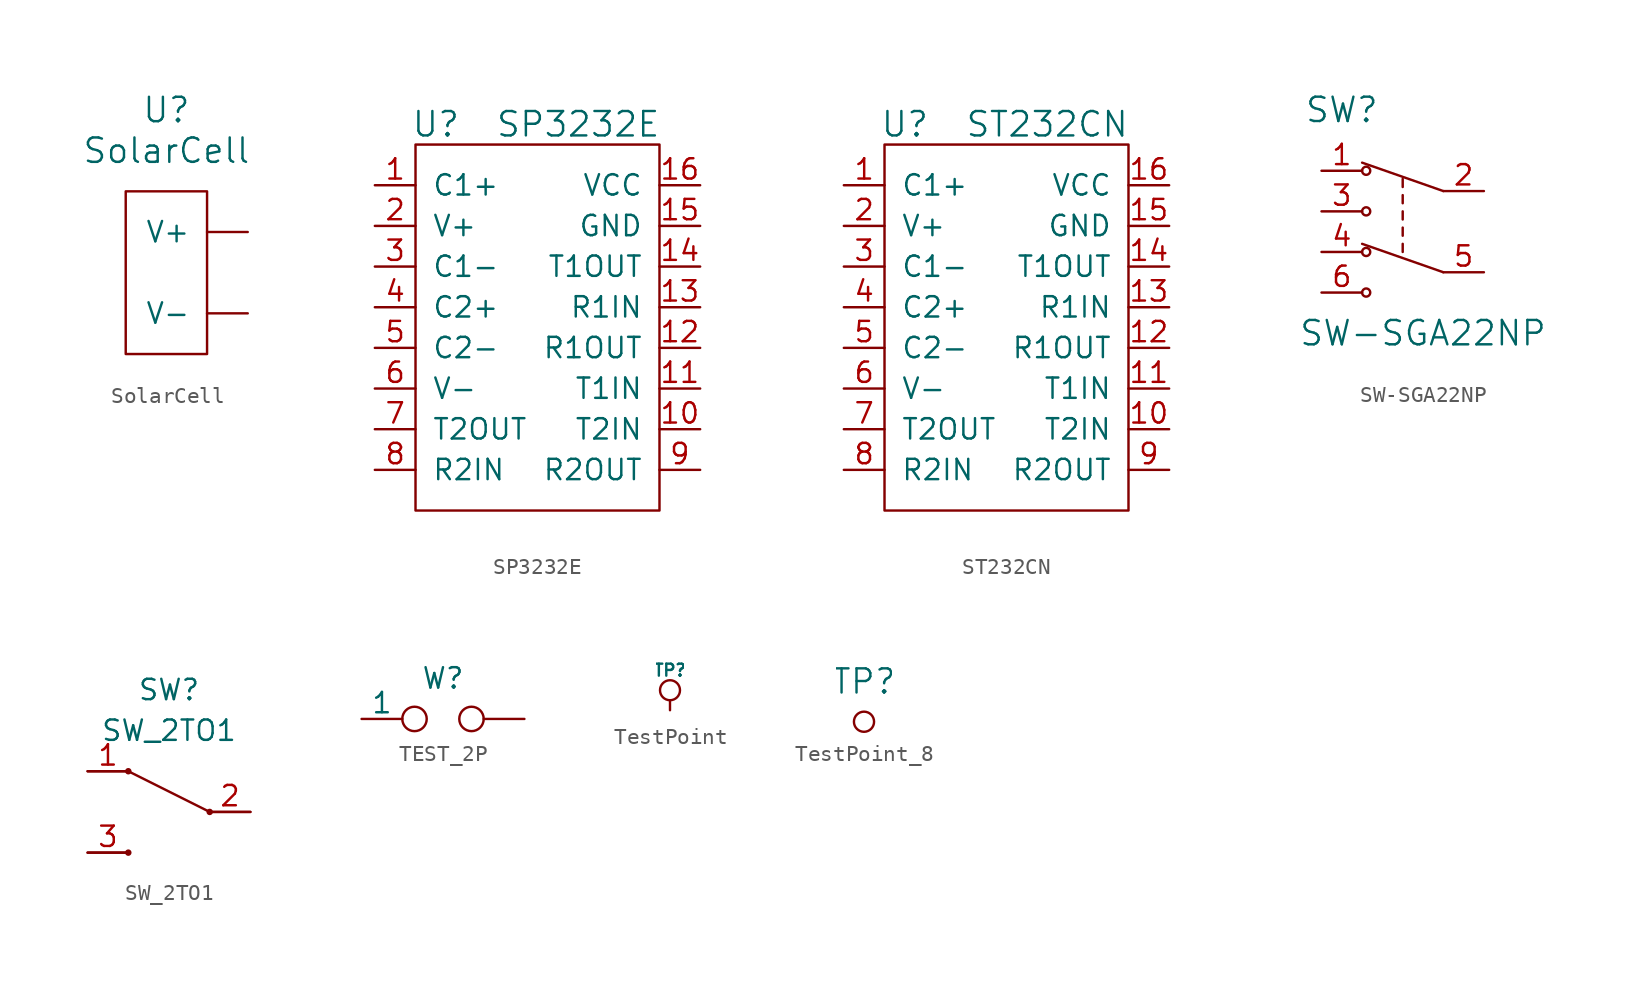
<source format=kicad_sym>
(kicad_symbol_lib
  (version 20211014)
  (generator kicad_symbol_editor)
  (symbol "SolarCell"
    (pin_names
      (offset 1.016))
    (property "Reference" "U"
      (at 0 10.16 0)
      (effects (font (size 1.524 1.524))))
    (property "Value" "SolarCell"
      (at 0 7.62 0)
      (effects (font (size 1.524 1.524))))
    (symbol "SolarCell_0_1"
      (rectangle (start 2.54 5.08) (end -2.54 -5.08) (stroke (width 0) (type default) (color 0 0 0 0)) (fill (type none))))
    (symbol "SolarCell_1_1"
      (pin power_out line (at 5.08 2.54 180) (length 2.54) (name "V+" (effects (font (size 1.27 1.27)))) (number "~" (effects (font (size 1.27 1.27)))))
      (pin power_out line (at 5.08 -2.54 180) (length 2.54) (name "V-" (effects (font (size 1.27 1.27)))) (number "~" (effects (font (size 1.27 1.27)))))))
  (symbol "SP3232E"
    (pin_names
      (offset 1.016))
    (property "Reference" "U"
      (at -6.35 12.7 0)
      (effects (font (size 1.524 1.524))))
    (property "Value" "SP3232E"
      (at 2.54 12.7 0)
      (effects (font (size 1.524 1.524))))
    (property "Footprint" ""
      (at 0 0 0)
      (effects (font (size 1.524 1.524))))
    (property "Datasheet" ""
      (at 0 0 0)
      (effects (font (size 1.524 1.524))))
    (symbol "SP3232E_0_0"
      (rectangle (start -7.62 11.43) (end 7.62 -11.43) (stroke (width 0) (type default) (color 0 0 0 0)) (fill (type none))))
    (symbol "SP3232E_1_1"
      (pin passive line (at -10.16 8.89 0) (length 2.54) (name "C1+" (effects (font (size 1.27 1.27)))) (number "1" (effects (font (size 1.27 1.27)))))
      (pin input line (at 10.16 -6.35 180) (length 2.54) (name "T2IN" (effects (font (size 1.27 1.27)))) (number "10" (effects (font (size 1.27 1.27)))))
      (pin input line (at 10.16 -3.81 180) (length 2.54) (name "T1IN" (effects (font (size 1.27 1.27)))) (number "11" (effects (font (size 1.27 1.27)))))
      (pin output line (at 10.16 -1.27 180) (length 2.54) (name "R1OUT" (effects (font (size 1.27 1.27)))) (number "12" (effects (font (size 1.27 1.27)))))
      (pin input line (at 10.16 1.27 180) (length 2.54) (name "R1IN" (effects (font (size 1.27 1.27)))) (number "13" (effects (font (size 1.27 1.27)))))
      (pin output line (at 10.16 3.81 180) (length 2.54) (name "T1OUT" (effects (font (size 1.27 1.27)))) (number "14" (effects (font (size 1.27 1.27)))))
      (pin passive line (at 10.16 6.35 180) (length 2.54) (name "GND" (effects (font (size 1.27 1.27)))) (number "15" (effects (font (size 1.27 1.27)))))
      (pin power_in line (at 10.16 8.89 180) (length 2.54) (name "VCC" (effects (font (size 1.27 1.27)))) (number "16" (effects (font (size 1.27 1.27)))))
      (pin passive line (at -10.16 6.35 0) (length 2.54) (name "V+" (effects (font (size 1.27 1.27)))) (number "2" (effects (font (size 1.27 1.27)))))
      (pin passive line (at -10.16 3.81 0) (length 2.54) (name "C1-" (effects (font (size 1.27 1.27)))) (number "3" (effects (font (size 1.27 1.27)))))
      (pin passive line (at -10.16 1.27 0) (length 2.54) (name "C2+" (effects (font (size 1.27 1.27)))) (number "4" (effects (font (size 1.27 1.27)))))
      (pin passive line (at -10.16 -1.27 0) (length 2.54) (name "C2-" (effects (font (size 1.27 1.27)))) (number "5" (effects (font (size 1.27 1.27)))))
      (pin passive line (at -10.16 -3.81 0) (length 2.54) (name "V-" (effects (font (size 1.27 1.27)))) (number "6" (effects (font (size 1.27 1.27)))))
      (pin output line (at -10.16 -6.35 0) (length 2.54) (name "T2OUT" (effects (font (size 1.27 1.27)))) (number "7" (effects (font (size 1.27 1.27)))))
      (pin input line (at -10.16 -8.89 0) (length 2.54) (name "R2IN" (effects (font (size 1.27 1.27)))) (number "8" (effects (font (size 1.27 1.27)))))
      (pin output line (at 10.16 -8.89 180) (length 2.54) (name "R2OUT" (effects (font (size 1.27 1.27)))) (number "9" (effects (font (size 1.27 1.27)))))))
  (symbol "ST232CN"
    (pin_names
      (offset 1.016))
    (property "Reference" "U"
      (at -6.35 12.7 0)
      (effects (font (size 1.524 1.524))))
    (property "Value" "ST232CN"
      (at 2.54 12.7 0)
      (effects (font (size 1.524 1.524))))
    (property "Footprint" ""
      (at 0 0 0)
      (effects (font (size 1.524 1.524))))
    (property "Datasheet" ""
      (at 0 0 0)
      (effects (font (size 1.524 1.524))))
    (symbol "ST232CN_0_0"
      (rectangle (start -7.62 11.43) (end 7.62 -11.43) (stroke (width 0) (type default) (color 0 0 0 0)) (fill (type none))))
    (symbol "ST232CN_1_1"
      (pin passive line (at -10.16 8.89 0) (length 2.54) (name "C1+" (effects (font (size 1.27 1.27)))) (number "1" (effects (font (size 1.27 1.27)))))
      (pin input line (at 10.16 -6.35 180) (length 2.54) (name "T2IN" (effects (font (size 1.27 1.27)))) (number "10" (effects (font (size 1.27 1.27)))))
      (pin input line (at 10.16 -3.81 180) (length 2.54) (name "T1IN" (effects (font (size 1.27 1.27)))) (number "11" (effects (font (size 1.27 1.27)))))
      (pin output line (at 10.16 -1.27 180) (length 2.54) (name "R1OUT" (effects (font (size 1.27 1.27)))) (number "12" (effects (font (size 1.27 1.27)))))
      (pin input line (at 10.16 1.27 180) (length 2.54) (name "R1IN" (effects (font (size 1.27 1.27)))) (number "13" (effects (font (size 1.27 1.27)))))
      (pin output line (at 10.16 3.81 180) (length 2.54) (name "T1OUT" (effects (font (size 1.27 1.27)))) (number "14" (effects (font (size 1.27 1.27)))))
      (pin passive line (at 10.16 6.35 180) (length 2.54) (name "GND" (effects (font (size 1.27 1.27)))) (number "15" (effects (font (size 1.27 1.27)))))
      (pin power_in line (at 10.16 8.89 180) (length 2.54) (name "VCC" (effects (font (size 1.27 1.27)))) (number "16" (effects (font (size 1.27 1.27)))))
      (pin passive line (at -10.16 6.35 0) (length 2.54) (name "V+" (effects (font (size 1.27 1.27)))) (number "2" (effects (font (size 1.27 1.27)))))
      (pin passive line (at -10.16 3.81 0) (length 2.54) (name "C1-" (effects (font (size 1.27 1.27)))) (number "3" (effects (font (size 1.27 1.27)))))
      (pin passive line (at -10.16 1.27 0) (length 2.54) (name "C2+" (effects (font (size 1.27 1.27)))) (number "4" (effects (font (size 1.27 1.27)))))
      (pin passive line (at -10.16 -1.27 0) (length 2.54) (name "C2-" (effects (font (size 1.27 1.27)))) (number "5" (effects (font (size 1.27 1.27)))))
      (pin passive line (at -10.16 -3.81 0) (length 2.54) (name "V-" (effects (font (size 1.27 1.27)))) (number "6" (effects (font (size 1.27 1.27)))))
      (pin output line (at -10.16 -6.35 0) (length 2.54) (name "T2OUT" (effects (font (size 1.27 1.27)))) (number "7" (effects (font (size 1.27 1.27)))))
      (pin input line (at -10.16 -8.89 0) (length 2.54) (name "R2IN" (effects (font (size 1.27 1.27)))) (number "8" (effects (font (size 1.27 1.27)))))
      (pin output line (at 10.16 -8.89 180) (length 2.54) (name "R2OUT" (effects (font (size 1.27 1.27)))) (number "9" (effects (font (size 1.27 1.27)))))))
  (symbol "SW-SGA22NP"
    (pin_names
      (offset 1.016) hide)
    (property "Reference" "SW"
      (at -3.81 7.62 0)
      (effects (font (size 1.524 1.524))))
    (property "Value" "SW-SGA22NP"
      (at 1.27 -6.35 0)
      (effects (font (size 1.524 1.524))))
    (property "Footprint" ""
      (at 0 0 0)
      (effects (font (size 1.524 1.524))))
    (property "Datasheet" ""
      (at 0 0 0)
      (effects (font (size 1.524 1.524))))
    (symbol "SW-SGA22NP_0_0"
      (circle (center -2.286 -3.81) (radius 0.254) (stroke (width 0) (type default) (color 0 0 0 0)) (fill (type none)))
      (circle (center -2.286 -1.27) (radius 0.254) (stroke (width 0) (type default) (color 0 0 0 0)) (fill (type none)))
      (circle (center -2.286 1.27) (radius 0.254) (stroke (width 0) (type default) (color 0 0 0 0)) (fill (type none)))
      (circle (center -2.286 3.81) (radius 0.254) (stroke (width 0) (type default) (color 0 0 0 0)) (fill (type none)))
      (polyline (pts (xy 0 -0.762) (xy 0 -1.27)) (stroke (width 0) (type default) (color 0 0 0 0)) (fill (type none)))
      (polyline (pts (xy 0 0.254) (xy 0 -0.254)) (stroke (width 0) (type default) (color 0 0 0 0)) (fill (type none)))
      (polyline (pts (xy 0 1.27) (xy 0 0.762)) (stroke (width 0) (type default) (color 0 0 0 0)) (fill (type none)))
      (polyline (pts (xy 0 2.286) (xy 0 1.778)) (stroke (width 0) (type default) (color 0 0 0 0)) (fill (type none)))
      (polyline (pts (xy 0 3.302) (xy 0 2.794)) (stroke (width 0) (type default) (color 0 0 0 0)) (fill (type none)))
      (polyline (pts (xy 2.54 -2.54) (xy -2.54 -0.762)) (stroke (width 0) (type default) (color 0 0 0 0)) (fill (type none)))
      (polyline (pts (xy 2.54 2.54) (xy -2.54 4.318)) (stroke (width 0) (type default) (color 0 0 0 0)) (fill (type none))))
    (symbol "SW-SGA22NP_1_1"
      (pin passive line (at -5.08 3.81 0) (length 2.54) (name "1" (effects (font (size 1.27 1.27)))) (number "1" (effects (font (size 1.27 1.27)))))
      (pin passive line (at 5.08 2.54 180) (length 2.54) (name "2" (effects (font (size 1.27 1.27)))) (number "2" (effects (font (size 1.27 1.27)))))
      (pin passive line (at -5.08 1.27 0) (length 2.54) (name "3" (effects (font (size 1.27 1.27)))) (number "3" (effects (font (size 1.27 1.27)))))
      (pin passive line (at -5.08 -1.27 0) (length 2.54) (name "4" (effects (font (size 1.27 1.27)))) (number "4" (effects (font (size 1.27 1.27)))))
      (pin passive line (at 5.08 -2.54 180) (length 2.54) (name "5" (effects (font (size 1.27 1.27)))) (number "5" (effects (font (size 1.27 1.27)))))
      (pin passive line (at -5.08 -3.81 0) (length 2.54) (name "6" (effects (font (size 1.27 1.27)))) (number "6" (effects (font (size 1.27 1.27)))))))
  (symbol "SW_2TO1"
    (pin_names
      (offset 1.016) hide)
    (property "Reference" "SW"
      (at 0 7.62 0)
      (effects (font (size 1.27 1.27))))
    (property "Value" "SW_2TO1"
      (at 0 5.08 0)
      (effects (font (size 1.27 1.27))))
    (symbol "SW_2TO1_0_1"
      (circle (center -2.54 -2.54) (radius 0.127) (stroke (width 0) (type default) (color 0 0 0 0)) (fill (type outline)))
      (circle (center -2.54 2.54) (radius 0.127) (stroke (width 0) (type default) (color 0 0 0 0)) (fill (type outline)))
      (polyline (pts (xy -2.54 -2.54) (xy -5.08 -2.54)) (stroke (width 0) (type default) (color 0 0 0 0)) (fill (type none)))
      (polyline (pts (xy -2.54 2.54) (xy -5.08 2.54)) (stroke (width 0) (type default) (color 0 0 0 0)) (fill (type none)))
      (polyline (pts (xy 2.54 0) (xy -2.54 2.54)) (stroke (width 0) (type default) (color 0 0 0 0)) (fill (type none)))
      (polyline (pts (xy 2.54 0) (xy 5.08 0)) (stroke (width 0) (type default) (color 0 0 0 0)) (fill (type none)))
      (circle (center 2.54 0) (radius 0.127) (stroke (width 0) (type default) (color 0 0 0 0)) (fill (type outline))))
    (symbol "SW_2TO1_1_1"
      (pin passive line (at -5.08 2.54 0) (length 2.54) (name "Q1" (effects (font (size 1.27 1.27)))) (number "1" (effects (font (size 1.27 1.27)))))
      (pin passive line (at 5.08 0 180) (length 2.54) (name "O1" (effects (font (size 1.27 1.27)))) (number "2" (effects (font (size 1.27 1.27)))))
      (pin passive line (at -5.08 -2.54 0) (length 2.54) (name "Q2" (effects (font (size 1.27 1.27)))) (number "3" (effects (font (size 1.27 1.27)))))))
  (symbol "TEST_2P"
    (pin_numbers hide)
    (pin_names
      (offset 0))
    (property "Reference" "W"
      (at 0 2.54 0)
      (effects (font (size 1.27 1.27))))
    (property "Footprint" ""
      (at 0 0 0)
      (effects (font (size 1.27 1.27))))
    (property "Datasheet" ""
      (at 0 0 0)
      (effects (font (size 1.27 1.27))))
    (symbol "TEST_2P_0_1"
      (circle (center -1.778 0) (radius 0.762) (stroke (width 0) (type default) (color 0 0 0 0)) (fill (type none)))
      (circle (center 1.778 0) (radius 0.762) (stroke (width 0) (type default) (color 0 0 0 0)) (fill (type none)))
      (pin passive line (at -5.08 0 0) (length 2.54) (name "1" (effects (font (size 1.27 1.27)))) (number "1" (effects (font (size 1.27 1.27)))))
      (pin passive line (at 5.08 0 180) (length 2.54) (name "~" (effects (font (size 1.27 1.27)))) (number "2" (effects (font (size 1.27 1.27)))))))
  (symbol "TestPoint"
    (pin_numbers hide)
    (pin_names
      (offset 1.016) hide)
    (property "Reference" "TP"
      (at 0 2.54 0)
      (effects (font (size 0.762 0.762))))
    (symbol "TestPoint_0_1"
      (polyline (pts (xy 0 0.635) (xy 0 0)) (stroke (width 0) (type default) (color 0 0 0 0)) (fill (type none)))
      (circle (center 0 1.27) (radius 0.635) (stroke (width 0) (type default) (color 0 0 0 0)) (fill (type none))))
    (symbol "TestPoint_1_1"
      (pin passive line (at 0 0 180) (length 0) hide (name "TP" (effects (font (size 1.27 1.27)))) (number "1" (effects (font (size 1.27 1.27)))))))
  (symbol "TestPoint_8"
    (pin_numbers hide)
    (pin_names
      (offset 1.016) hide)
    (property "Reference" "TP"
      (at 0 2.54 0)
      (effects (font (size 1.524 1.524))))
    (symbol "TestPoint_8_0_1"
      (circle (center 0 0) (radius 0.635) (stroke (width 0) (type default) (color 0 0 0 0)) (fill (type none))))
    (symbol "TestPoint_8_1_1"
      (pin passive line (at 0 0 180) (length 0) hide (name "TP" (effects (font (size 1.27 1.27)))) (number "1" (effects (font (size 1.27 1.27))))))))
</source>
